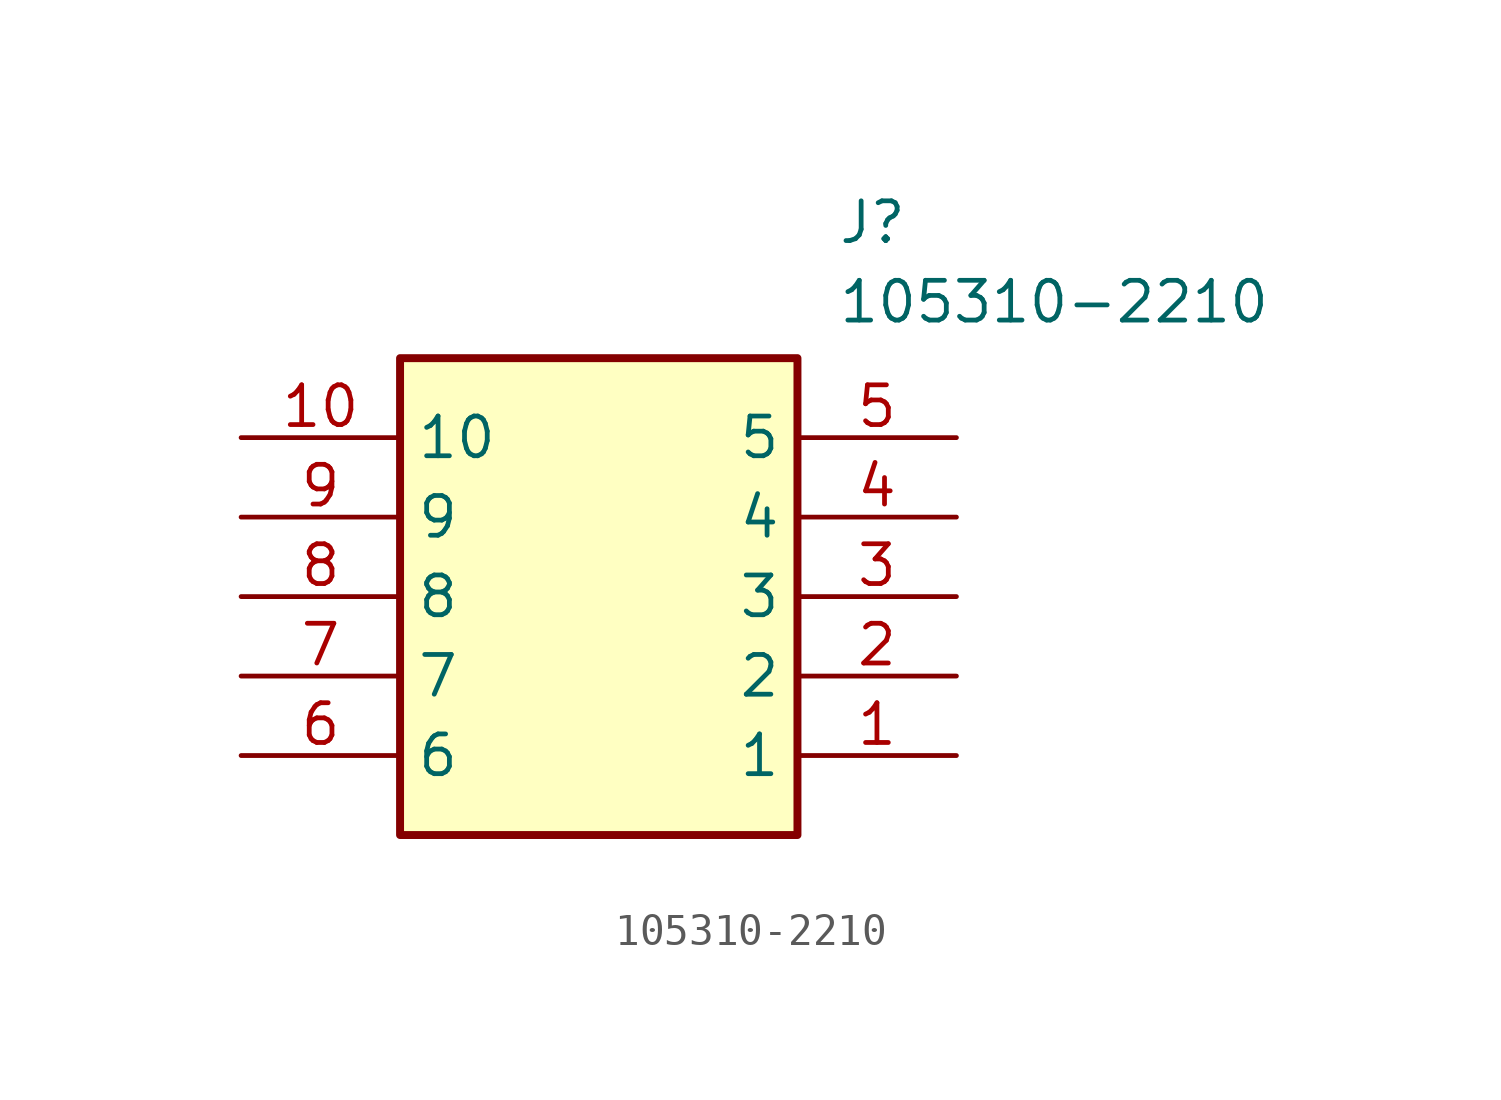
<source format=kicad_sym>
(kicad_symbol_lib
  (version 20211014)
  (generator SamacSys_ECAD_Model)
  (symbol "105310-2210"
    (property "Reference" "J"
      (at 19.05 7.62 0)
      (effects (font (size 1.27 1.27)) (justify left top)))
    (property "Value" "105310-2210"
      (at 19.05 5.08 0)
      (effects (font (size 1.27 1.27)) (justify left top)))
    (rectangle
      (start 5.08 2.54)
      (end 17.78 -12.7)
      (stroke (width 0.254) (type default))
      (fill (type background)))
    (pin passive line
      (at 22.86 -10.16 180)
      (length 5.08)
      (name "1" (effects (font (size 1.27 1.27))))
      (number "1" (effects (font (size 1.27 1.27)))))
    (pin passive line
      (at 22.86 -7.62 180)
      (length 5.08)
      (name "2" (effects (font (size 1.27 1.27))))
      (number "2" (effects (font (size 1.27 1.27)))))
    (pin passive line
      (at 22.86 -5.08 180)
      (length 5.08)
      (name "3" (effects (font (size 1.27 1.27))))
      (number "3" (effects (font (size 1.27 1.27)))))
    (pin passive line
      (at 22.86 -2.54 180)
      (length 5.08)
      (name "4" (effects (font (size 1.27 1.27))))
      (number "4" (effects (font (size 1.27 1.27)))))
    (pin passive line
      (at 22.86 0 180)
      (length 5.08)
      (name "5" (effects (font (size 1.27 1.27))))
      (number "5" (effects (font (size 1.27 1.27)))))
    (pin passive line
      (at 0 -10.16 0)
      (length 5.08)
      (name "6" (effects (font (size 1.27 1.27))))
      (number "6" (effects (font (size 1.27 1.27)))))
    (pin passive line
      (at 0 -7.62 0)
      (length 5.08)
      (name "7" (effects (font (size 1.27 1.27))))
      (number "7" (effects (font (size 1.27 1.27)))))
    (pin passive line
      (at 0 -5.08 0)
      (length 5.08)
      (name "8" (effects (font (size 1.27 1.27))))
      (number "8" (effects (font (size 1.27 1.27)))))
    (pin passive line
      (at 0 -2.54 0)
      (length 5.08)
      (name "9" (effects (font (size 1.27 1.27))))
      (number "9" (effects (font (size 1.27 1.27)))))
    (pin passive line
      (at 0 0 0)
      (length 5.08)
      (name "10" (effects (font (size 1.27 1.27))))
      (number "10" (effects (font (size 1.27 1.27)))))))
</source>
